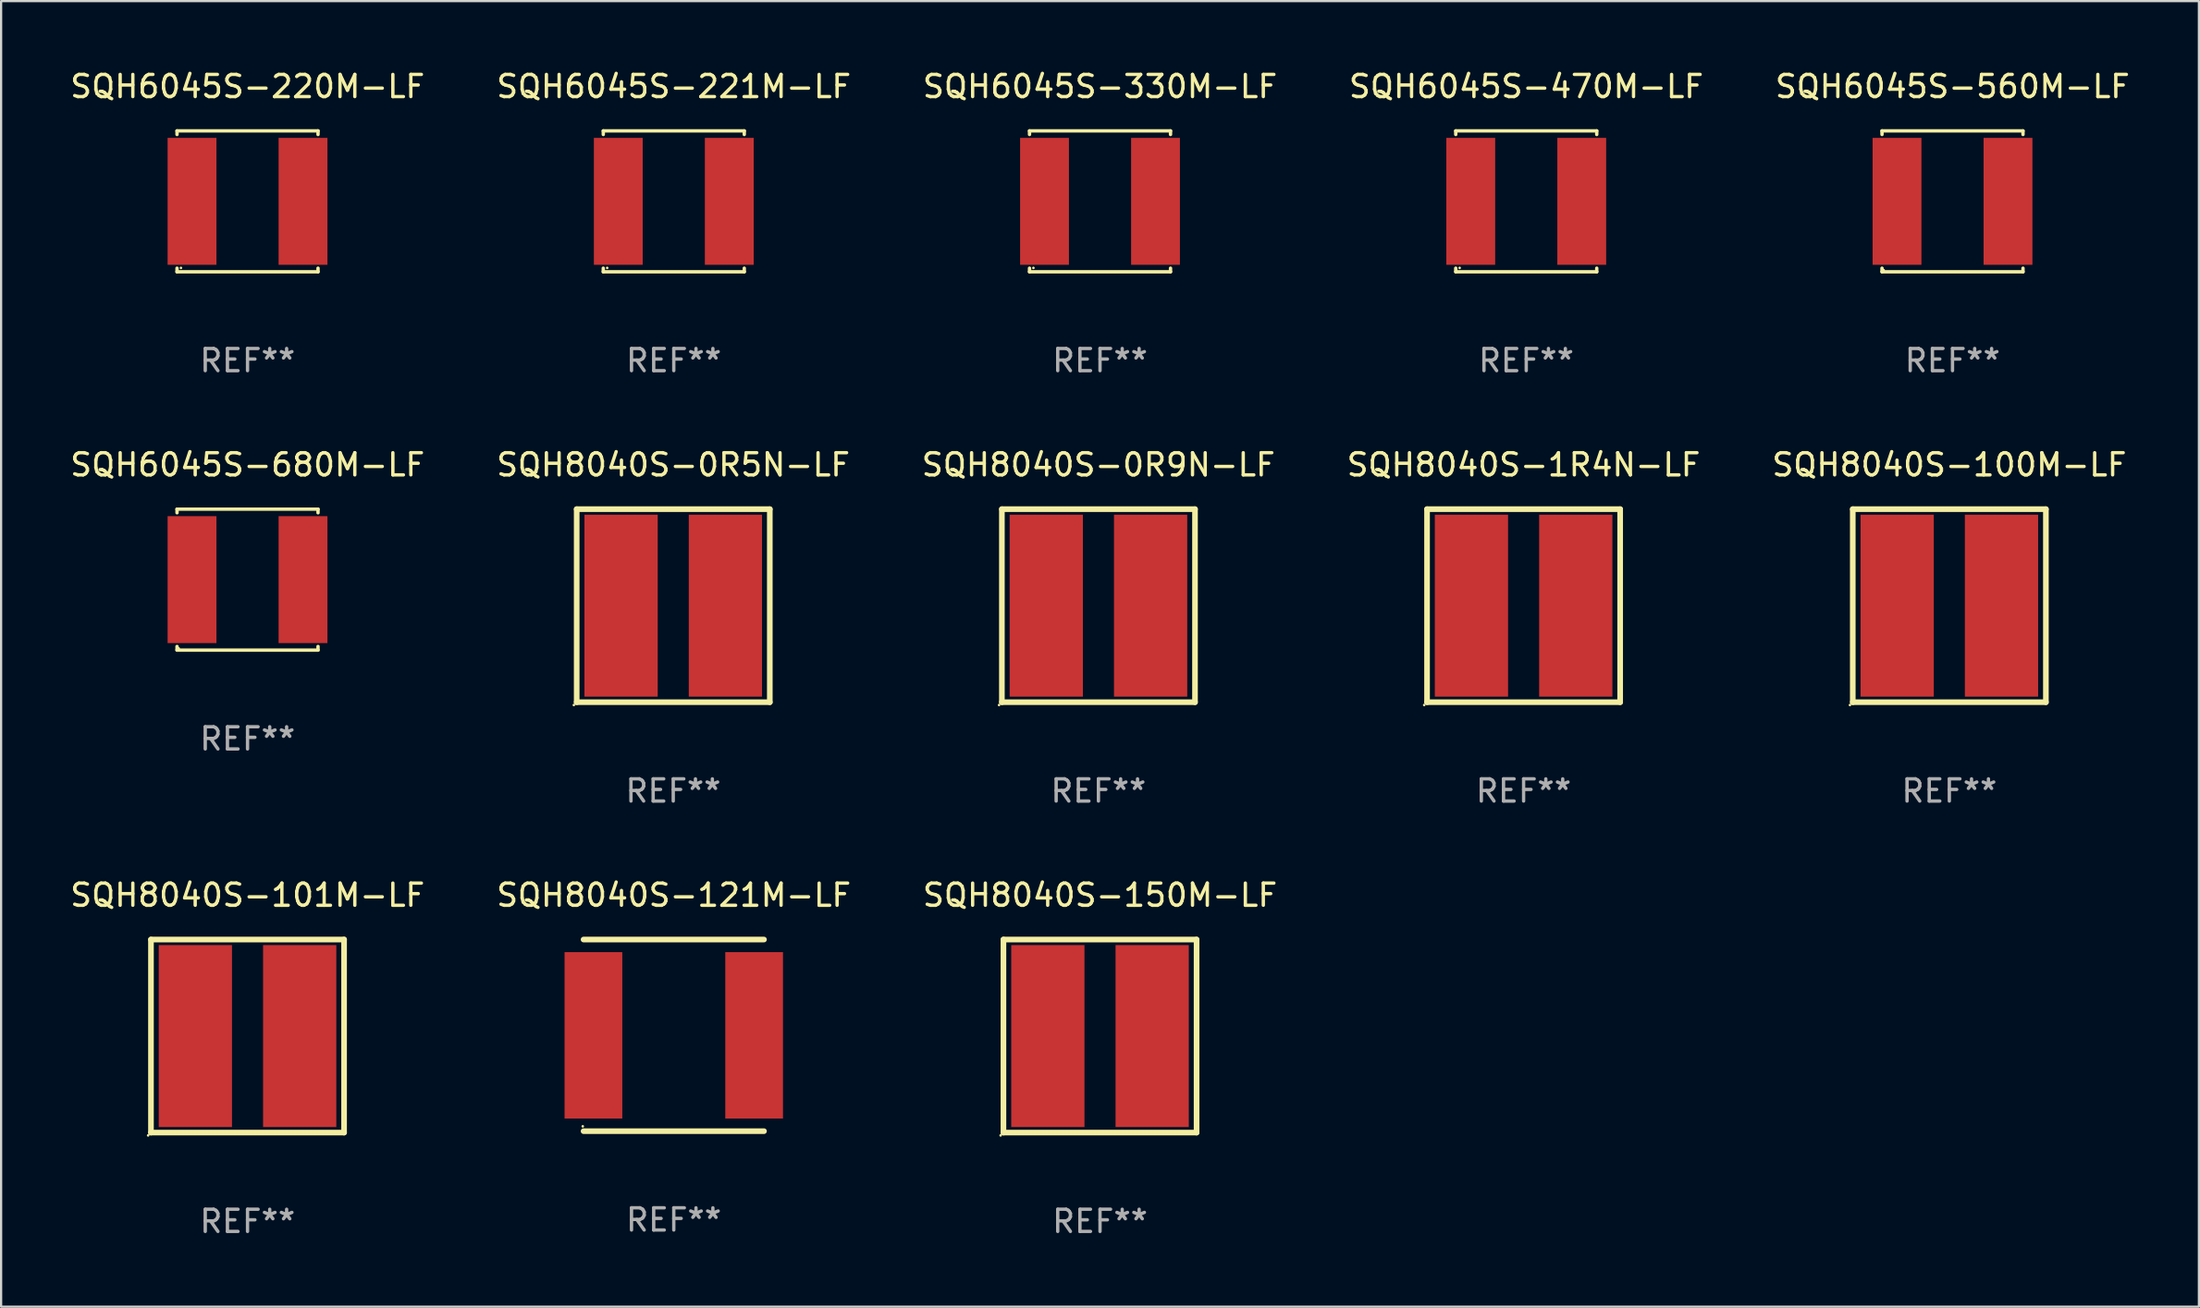
<source format=kicad_pcb>
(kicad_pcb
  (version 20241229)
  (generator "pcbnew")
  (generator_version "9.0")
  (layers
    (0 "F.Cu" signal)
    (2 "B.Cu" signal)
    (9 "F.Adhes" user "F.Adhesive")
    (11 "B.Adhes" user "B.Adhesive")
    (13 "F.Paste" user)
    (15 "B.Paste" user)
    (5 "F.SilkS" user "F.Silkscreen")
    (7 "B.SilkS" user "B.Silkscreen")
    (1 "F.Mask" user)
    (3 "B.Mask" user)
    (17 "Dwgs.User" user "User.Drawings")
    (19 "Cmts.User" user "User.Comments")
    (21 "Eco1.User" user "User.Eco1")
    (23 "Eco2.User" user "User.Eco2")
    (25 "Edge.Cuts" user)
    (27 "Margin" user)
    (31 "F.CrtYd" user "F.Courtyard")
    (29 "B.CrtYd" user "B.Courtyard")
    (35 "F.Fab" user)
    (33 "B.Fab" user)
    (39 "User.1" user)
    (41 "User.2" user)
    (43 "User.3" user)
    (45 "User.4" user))
  (footprint "SQH8040S-0R9N-LF"
    (layer "F.Cu")
    (at 46.435 24.247)
    (property "Reference" "SQH8040S-0R9N-LF" (at 0 -6.35 0) (layer "F.SilkS") (effects (font (size 1 1) (thickness 0.15))))
    (attr through_hole)
    (fp_line (start -4.35 -4.35) (end -4.35 4.35) (stroke (width 0.254) (type solid)) (layer "F.SilkS"))
    (fp_line (start -4.35 -4.35) (end 4.35 -4.35) (stroke (width 0.254) (type solid)) (layer "F.SilkS"))
    (fp_line (start -4.35 4.35) (end 4.35 4.35) (stroke (width 0.254) (type solid)) (layer "F.SilkS"))
    (fp_line (start 4.35 4.35) (end 4.35 -4.35) (stroke (width 0.254) (type solid)) (layer "F.SilkS"))
    (fp_circle (center -4.477 4.477) (end -4.447 4.477) (stroke (width 0.06) (type solid)) (fill no) (layer "F.SilkS"))
    (fp_text user "REF**" (at 0 8.35 0) (layer "F.Fab") (effects (font (size 1 1) (thickness 0.15))))
    (pad "1" smd rect (at -2.35 -0.000013) (size 3.3 8.2) (layers "F.Cu" "F.Mask" "F.Paste"))
    (pad "2" smd rect (at 2.35 -0.000013) (size 3.3 8.2) (layers "F.Cu" "F.Mask" "F.Paste")))
  (footprint "SQH6045S-221M-LF"
    (layer "F.Cu")
    (at 27.304 6.024)
    (property "Reference" "SQH6045S-221M-LF" (at 0 -5.176 0) (layer "F.SilkS") (effects (font (size 1 1) (thickness 0.15))))
    (attr through_hole)
    (fp_line (start -3.176 -3.176) (end 3.176 -3.176) (stroke (width 0.152) (type solid)) (layer "F.SilkS"))
    (fp_line (start -3.176 -3.012) (end -3.176 -3.176) (stroke (width 0.152) (type solid)) (layer "F.SilkS"))
    (fp_line (start -3.176 3.012) (end -3.176 3.176) (stroke (width 0.152) (type solid)) (layer "F.SilkS"))
    (fp_line (start -3.176 3.176) (end 3.176 3.176) (stroke (width 0.152) (type solid)) (layer "F.SilkS"))
    (fp_line (start 3.176 -3.176) (end 3.176 -3.012) (stroke (width 0.152) (type solid)) (layer "F.SilkS"))
    (fp_line (start 3.176 3.176) (end 3.176 3.012) (stroke (width 0.152) (type solid)) (layer "F.SilkS"))
    (fp_circle (center -3 3) (end -2.97 3) (stroke (width 0.06) (type solid)) (fill no) (layer "F.SilkS"))
    (fp_text user "REF**" (at 0 7.176 0) (layer "F.Fab") (effects (font (size 1 1) (thickness 0.15))))
    (pad "1" smd rect (at -2.5 0) (size 2.2 5.72) (layers "F.Cu" "F.Mask" "F.Paste"))
    (pad "2" smd rect (at 2.5 0) (size 2.2 5.72) (layers "F.Cu" "F.Mask" "F.Paste")))
  (footprint "SQH8040S-150M-LF"
    (layer "F.Cu")
    (at 46.506 43.644)
    (property "Reference" "SQH8040S-150M-LF" (at 0 -6.35 0) (layer "F.SilkS") (effects (font (size 1 1) (thickness 0.15))))
    (attr through_hole)
    (fp_line (start -4.35 -4.35) (end -4.35 4.35) (stroke (width 0.254) (type solid)) (layer "F.SilkS"))
    (fp_line (start -4.35 -4.35) (end 4.35 -4.35) (stroke (width 0.254) (type solid)) (layer "F.SilkS"))
    (fp_line (start -4.35 4.35) (end 4.35 4.35) (stroke (width 0.254) (type solid)) (layer "F.SilkS"))
    (fp_line (start 4.35 4.35) (end 4.35 -4.35) (stroke (width 0.254) (type solid)) (layer "F.SilkS"))
    (fp_circle (center -4.477 4.477) (end -4.447 4.477) (stroke (width 0.06) (type solid)) (fill no) (layer "F.SilkS"))
    (fp_text user "REF**" (at 0 8.35 0) (layer "F.Fab") (effects (font (size 1 1) (thickness 0.15))))
    (pad "1" smd rect (at -2.35 -0.000013) (size 3.3 8.2) (layers "F.Cu" "F.Mask" "F.Paste"))
    (pad "2" smd rect (at 2.35 -0.000013) (size 3.3 8.2) (layers "F.Cu" "F.Mask" "F.Paste")))
  (footprint "SQH6045S-220M-LF"
    (layer "F.Cu")
    (at 8.101 6.024)
    (property "Reference" "SQH6045S-220M-LF" (at 0 -5.176 0) (layer "F.SilkS") (effects (font (size 1 1) (thickness 0.15))))
    (attr through_hole)
    (fp_line (start -3.176 -3.176) (end 3.176 -3.176) (stroke (width 0.152) (type solid)) (layer "F.SilkS"))
    (fp_line (start -3.176 -3.012) (end -3.176 -3.176) (stroke (width 0.152) (type solid)) (layer "F.SilkS"))
    (fp_line (start -3.176 3.012) (end -3.176 3.176) (stroke (width 0.152) (type solid)) (layer "F.SilkS"))
    (fp_line (start -3.176 3.176) (end 3.176 3.176) (stroke (width 0.152) (type solid)) (layer "F.SilkS"))
    (fp_line (start 3.176 -3.176) (end 3.176 -3.012) (stroke (width 0.152) (type solid)) (layer "F.SilkS"))
    (fp_line (start 3.176 3.176) (end 3.176 3.012) (stroke (width 0.152) (type solid)) (layer "F.SilkS"))
    (fp_circle (center -3 3) (end -2.97 3) (stroke (width 0.06) (type solid)) (fill no) (layer "F.SilkS"))
    (fp_text user "REF**" (at 0 7.176 0) (layer "F.Fab") (effects (font (size 1 1) (thickness 0.15))))
    (pad "1" smd rect (at -2.5 0) (size 2.2 5.72) (layers "F.Cu" "F.Mask" "F.Paste"))
    (pad "2" smd rect (at 2.5 0) (size 2.2 5.72) (layers "F.Cu" "F.Mask" "F.Paste")))
  (footprint "SQH6045S-330M-LF"
    (layer "F.Cu")
    (at 46.506 6.024)
    (property "Reference" "SQH6045S-330M-LF" (at 0 -5.176 0) (layer "F.SilkS") (effects (font (size 1 1) (thickness 0.15))))
    (attr through_hole)
    (fp_line (start -3.176 -3.176) (end 3.176 -3.176) (stroke (width 0.152) (type solid)) (layer "F.SilkS"))
    (fp_line (start -3.176 -3.012) (end -3.176 -3.176) (stroke (width 0.152) (type solid)) (layer "F.SilkS"))
    (fp_line (start -3.176 3.012) (end -3.176 3.176) (stroke (width 0.152) (type solid)) (layer "F.SilkS"))
    (fp_line (start -3.176 3.176) (end 3.176 3.176) (stroke (width 0.152) (type solid)) (layer "F.SilkS"))
    (fp_line (start 3.176 -3.176) (end 3.176 -3.012) (stroke (width 0.152) (type solid)) (layer "F.SilkS"))
    (fp_line (start 3.176 3.176) (end 3.176 3.012) (stroke (width 0.152) (type solid)) (layer "F.SilkS"))
    (fp_circle (center -3 3) (end -2.97 3) (stroke (width 0.06) (type solid)) (fill no) (layer "F.SilkS"))
    (fp_text user "REF**" (at 0 7.176 0) (layer "F.Fab") (effects (font (size 1 1) (thickness 0.15))))
    (pad "1" smd rect (at -2.5 0) (size 2.2 5.72) (layers "F.Cu" "F.Mask" "F.Paste"))
    (pad "2" smd rect (at 2.5 0) (size 2.2 5.72) (layers "F.Cu" "F.Mask" "F.Paste")))
  (footprint "SQH6045S-470M-LF"
    (layer "F.Cu")
    (at 65.708 6.024)
    (property "Reference" "SQH6045S-470M-LF" (at 0 -5.176 0) (layer "F.SilkS") (effects (font (size 1 1) (thickness 0.15))))
    (attr through_hole)
    (fp_line (start -3.176 -3.176) (end 3.176 -3.176) (stroke (width 0.152) (type solid)) (layer "F.SilkS"))
    (fp_line (start -3.176 -3.012) (end -3.176 -3.176) (stroke (width 0.152) (type solid)) (layer "F.SilkS"))
    (fp_line (start -3.176 3.012) (end -3.176 3.176) (stroke (width 0.152) (type solid)) (layer "F.SilkS"))
    (fp_line (start -3.176 3.176) (end 3.176 3.176) (stroke (width 0.152) (type solid)) (layer "F.SilkS"))
    (fp_line (start 3.176 -3.176) (end 3.176 -3.012) (stroke (width 0.152) (type solid)) (layer "F.SilkS"))
    (fp_line (start 3.176 3.176) (end 3.176 3.012) (stroke (width 0.152) (type solid)) (layer "F.SilkS"))
    (fp_circle (center -3 3) (end -2.97 3) (stroke (width 0.06) (type solid)) (fill no) (layer "F.SilkS"))
    (fp_text user "REF**" (at 0 7.176 0) (layer "F.Fab") (effects (font (size 1 1) (thickness 0.15))))
    (pad "1" smd rect (at -2.5 0) (size 2.2 5.72) (layers "F.Cu" "F.Mask" "F.Paste"))
    (pad "2" smd rect (at 2.5 0) (size 2.2 5.72) (layers "F.Cu" "F.Mask" "F.Paste")))
  (footprint "SQH8040S-1R4N-LF"
    (layer "F.Cu")
    (at 65.589 24.247)
    (property "Reference" "SQH8040S-1R4N-LF" (at 0 -6.35 0) (layer "F.SilkS") (effects (font (size 1 1) (thickness 0.15))))
    (attr through_hole)
    (fp_line (start -4.35 -4.35) (end -4.35 4.35) (stroke (width 0.254) (type solid)) (layer "F.SilkS"))
    (fp_line (start -4.35 -4.35) (end 4.35 -4.35) (stroke (width 0.254) (type solid)) (layer "F.SilkS"))
    (fp_line (start -4.35 4.35) (end 4.35 4.35) (stroke (width 0.254) (type solid)) (layer "F.SilkS"))
    (fp_line (start 4.35 4.35) (end 4.35 -4.35) (stroke (width 0.254) (type solid)) (layer "F.SilkS"))
    (fp_circle (center -4.477 4.477) (end -4.447 4.477) (stroke (width 0.06) (type solid)) (fill no) (layer "F.SilkS"))
    (fp_text user "REF**" (at 0 8.35 0) (layer "F.Fab") (effects (font (size 1 1) (thickness 0.15))))
    (pad "1" smd rect (at -2.35 -0.000013) (size 3.3 8.2) (layers "F.Cu" "F.Mask" "F.Paste"))
    (pad "2" smd rect (at 2.35 -0.000013) (size 3.3 8.2) (layers "F.Cu" "F.Mask" "F.Paste")))
  (footprint "SQH8040S-121M-LF"
    (layer "F.Cu")
    (at 27.304 43.612)
    (property "Reference" "SQH8040S-121M-LF" (at 0 -6.318 0) (layer "F.SilkS") (effects (font (size 1 1) (thickness 0.15))))
    (attr through_hole)
    (fp_line (start -4.064 -4.318) (end 4.064 -4.318) (stroke (width 0.254) (type solid)) (layer "F.SilkS"))
    (fp_line (start 4.064 4.318) (end -4.064 4.318) (stroke (width 0.254) (type solid)) (layer "F.SilkS"))
    (fp_circle (center -4.1 4.1) (end -4.07 4.1) (stroke (width 0.06) (type solid)) (fill no) (layer "F.SilkS"))
    (fp_text user "REF**" (at 0 8.318 0) (layer "F.Fab") (effects (font (size 1 1) (thickness 0.15))))
    (pad "1" smd rect (at -3.62 0) (size 2.6 7.5) (layers "F.Cu" "F.Mask" "F.Paste"))
    (pad "2" smd rect (at 3.62 0) (size 2.6 7.5) (layers "F.Cu" "F.Mask" "F.Paste")))
  (footprint "SQH8040S-100M-LF"
    (layer "F.Cu")
    (at 84.768 24.247)
    (property "Reference" "SQH8040S-100M-LF" (at 0 -6.35 0) (layer "F.SilkS") (effects (font (size 1 1) (thickness 0.15))))
    (attr through_hole)
    (fp_line (start -4.35 -4.35) (end -4.35 4.35) (stroke (width 0.254) (type solid)) (layer "F.SilkS"))
    (fp_line (start -4.35 -4.35) (end 4.35 -4.35) (stroke (width 0.254) (type solid)) (layer "F.SilkS"))
    (fp_line (start -4.35 4.35) (end 4.35 4.35) (stroke (width 0.254) (type solid)) (layer "F.SilkS"))
    (fp_line (start 4.35 4.35) (end 4.35 -4.35) (stroke (width 0.254) (type solid)) (layer "F.SilkS"))
    (fp_circle (center -4.477 4.477) (end -4.447 4.477) (stroke (width 0.06) (type solid)) (fill no) (layer "F.SilkS"))
    (fp_text user "REF**" (at 0 8.35 0) (layer "F.Fab") (effects (font (size 1 1) (thickness 0.15))))
    (pad "1" smd rect (at -2.35 -0.000013) (size 3.3 8.2) (layers "F.Cu" "F.Mask" "F.Paste"))
    (pad "2" smd rect (at 2.35 -0.000013) (size 3.3 8.2) (layers "F.Cu" "F.Mask" "F.Paste")))
  (footprint "SQH8040S-0R5N-LF"
    (layer "F.Cu")
    (at 27.28 24.247)
    (property "Reference" "SQH8040S-0R5N-LF" (at 0 -6.35 0) (layer "F.SilkS") (effects (font (size 1 1) (thickness 0.15))))
    (attr through_hole)
    (fp_line (start -4.35 -4.35) (end -4.35 4.35) (stroke (width 0.254) (type solid)) (layer "F.SilkS"))
    (fp_line (start -4.35 -4.35) (end 4.35 -4.35) (stroke (width 0.254) (type solid)) (layer "F.SilkS"))
    (fp_line (start -4.35 4.35) (end 4.35 4.35) (stroke (width 0.254) (type solid)) (layer "F.SilkS"))
    (fp_line (start 4.35 4.35) (end 4.35 -4.35) (stroke (width 0.254) (type solid)) (layer "F.SilkS"))
    (fp_circle (center -4.477 4.477) (end -4.447 4.477) (stroke (width 0.06) (type solid)) (fill no) (layer "F.SilkS"))
    (fp_text user "REF**" (at 0 8.35 0) (layer "F.Fab") (effects (font (size 1 1) (thickness 0.15))))
    (pad "1" smd rect (at -2.35 -0.000013) (size 3.3 8.2) (layers "F.Cu" "F.Mask" "F.Paste"))
    (pad "2" smd rect (at 2.35 -0.000013) (size 3.3 8.2) (layers "F.Cu" "F.Mask" "F.Paste")))
  (footprint "SQH6045S-560M-LF"
    (layer "F.Cu")
    (at 84.911 6.024)
    (property "Reference" "SQH6045S-560M-LF" (at 0 -5.176 0) (layer "F.SilkS") (effects (font (size 1 1) (thickness 0.15))))
    (attr through_hole)
    (fp_line (start -3.176 -3.176) (end 3.176 -3.176) (stroke (width 0.152) (type solid)) (layer "F.SilkS"))
    (fp_line (start -3.176 -3.012) (end -3.176 -3.176) (stroke (width 0.152) (type solid)) (layer "F.SilkS"))
    (fp_line (start -3.176 3.012) (end -3.176 3.176) (stroke (width 0.152) (type solid)) (layer "F.SilkS"))
    (fp_line (start -3.176 3.176) (end 3.176 3.176) (stroke (width 0.152) (type solid)) (layer "F.SilkS"))
    (fp_line (start 3.176 -3.176) (end 3.176 -3.012) (stroke (width 0.152) (type solid)) (layer "F.SilkS"))
    (fp_line (start 3.176 3.176) (end 3.176 3.012) (stroke (width 0.152) (type solid)) (layer "F.SilkS"))
    (fp_circle (center -3.1 3.1) (end -3.07 3.1) (stroke (width 0.06) (type solid)) (fill no) (layer "F.SilkS"))
    (fp_text user "REF**" (at 0 7.176 0) (layer "F.Fab") (effects (font (size 1 1) (thickness 0.15))))
    (pad "1" smd rect (at -2.5 0) (size 2.2 5.72) (layers "F.Cu" "F.Mask" "F.Paste"))
    (pad "2" smd rect (at 2.5 0) (size 2.2 5.72) (layers "F.Cu" "F.Mask" "F.Paste")))
  (footprint "SQH8040S-101M-LF"
    (layer "F.Cu")
    (at 8.101 43.644)
    (property "Reference" "SQH8040S-101M-LF" (at 0 -6.35 0) (layer "F.SilkS") (effects (font (size 1 1) (thickness 0.15))))
    (attr through_hole)
    (fp_line (start -4.35 -4.35) (end -4.35 4.35) (stroke (width 0.254) (type solid)) (layer "F.SilkS"))
    (fp_line (start -4.35 -4.35) (end 4.35 -4.35) (stroke (width 0.254) (type solid)) (layer "F.SilkS"))
    (fp_line (start -4.35 4.35) (end 4.35 4.35) (stroke (width 0.254) (type solid)) (layer "F.SilkS"))
    (fp_line (start 4.35 4.35) (end 4.35 -4.35) (stroke (width 0.254) (type solid)) (layer "F.SilkS"))
    (fp_circle (center -4.477 4.477) (end -4.447 4.477) (stroke (width 0.06) (type solid)) (fill no) (layer "F.SilkS"))
    (fp_text user "REF**" (at 0 8.35 0) (layer "F.Fab") (effects (font (size 1 1) (thickness 0.15))))
    (pad "1" smd rect (at -2.35 -0.000013) (size 3.3 8.2) (layers "F.Cu" "F.Mask" "F.Paste"))
    (pad "2" smd rect (at 2.35 -0.000013) (size 3.3 8.2) (layers "F.Cu" "F.Mask" "F.Paste")))
  (footprint "SQH6045S-680M-LF"
    (layer "F.Cu")
    (at 8.101 23.073)
    (property "Reference" "SQH6045S-680M-LF" (at 0 -5.176 0) (layer "F.SilkS") (effects (font (size 1 1) (thickness 0.15))))
    (attr through_hole)
    (fp_line (start -3.176 -3.176) (end 3.176 -3.176) (stroke (width 0.152) (type solid)) (layer "F.SilkS"))
    (fp_line (start -3.176 -3.012) (end -3.176 -3.176) (stroke (width 0.152) (type solid)) (layer "F.SilkS"))
    (fp_line (start -3.176 3.012) (end -3.176 3.176) (stroke (width 0.152) (type solid)) (layer "F.SilkS"))
    (fp_line (start -3.176 3.176) (end 3.176 3.176) (stroke (width 0.152) (type solid)) (layer "F.SilkS"))
    (fp_line (start 3.176 -3.176) (end 3.176 -3.012) (stroke (width 0.152) (type solid)) (layer "F.SilkS"))
    (fp_line (start 3.176 3.176) (end 3.176 3.012) (stroke (width 0.152) (type solid)) (layer "F.SilkS"))
    (fp_circle (center -3.1 3.1) (end -3.07 3.1) (stroke (width 0.06) (type solid)) (fill no) (layer "F.SilkS"))
    (fp_text user "REF**" (at 0 7.176 0) (layer "F.Fab") (effects (font (size 1 1) (thickness 0.15))))
    (pad "1" smd rect (at -2.5 0) (size 2.2 5.72) (layers "F.Cu" "F.Mask" "F.Paste"))
    (pad "2" smd rect (at 2.5 0) (size 2.2 5.72) (layers "F.Cu" "F.Mask" "F.Paste")))
  (gr_rect
    (start -3 -3)
    (end 96.012 55.842)
    (stroke (width 0.1) (type default))
    (fill no)
    (layer "Edge.Cuts")))
</source>
